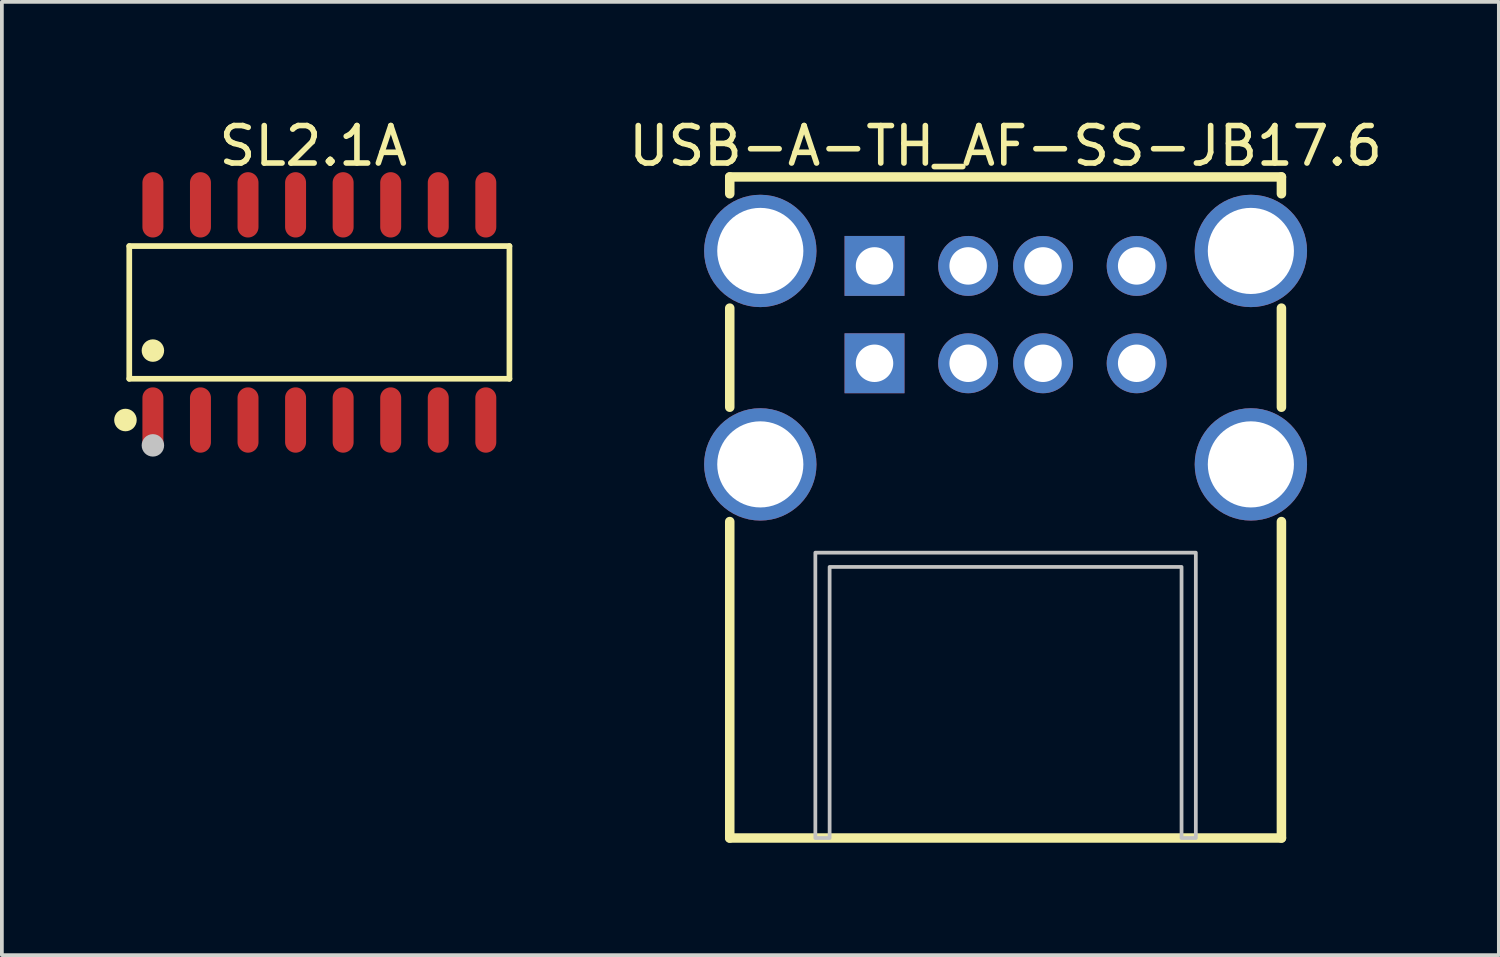
<source format=kicad_pcb>
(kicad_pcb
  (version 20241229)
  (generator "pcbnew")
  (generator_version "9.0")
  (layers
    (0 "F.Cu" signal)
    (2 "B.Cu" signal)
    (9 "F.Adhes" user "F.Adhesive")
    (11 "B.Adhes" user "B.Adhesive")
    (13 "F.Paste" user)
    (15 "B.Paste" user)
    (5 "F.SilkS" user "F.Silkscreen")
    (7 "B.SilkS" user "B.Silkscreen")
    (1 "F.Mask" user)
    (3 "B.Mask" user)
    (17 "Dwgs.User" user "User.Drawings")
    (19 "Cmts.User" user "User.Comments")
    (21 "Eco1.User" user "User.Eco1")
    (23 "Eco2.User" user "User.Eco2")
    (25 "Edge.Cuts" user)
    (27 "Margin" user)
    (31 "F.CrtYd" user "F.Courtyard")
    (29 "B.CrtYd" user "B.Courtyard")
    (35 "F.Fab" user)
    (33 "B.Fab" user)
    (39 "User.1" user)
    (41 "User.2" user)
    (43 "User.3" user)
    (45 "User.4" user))
  (footprint "SL2.1A"
    (layer "F.Cu")
    (at 5.478 5.293)
    (property "Reference" "SL2.1A" (at -0.163 -4.445 0) (layer "F.SilkS") (effects (font (size 1 1) (thickness 0.15))))
    (fp_line (start -5.076 -1.772) (end 5.076 -1.772) (stroke (width 0.152) (type default)) (layer "F.SilkS"))
    (fp_line (start -5.076 1.772) (end -5.076 -1.772) (stroke (width 0.152) (type default)) (layer "F.SilkS"))
    (fp_line (start 5.076 -1.772) (end 5.076 1.772) (stroke (width 0.152) (type default)) (layer "F.SilkS"))
    (fp_line (start 5.076 1.772) (end -5.076 1.772) (stroke (width 0.152) (type default)) (layer "F.SilkS"))
    (fp_circle (center -5.178 2.873) (end -5.027 2.873) (stroke (width 0.3) (type default)) (fill no) (layer "F.SilkS"))
    (fp_circle (center -4.445 1.019) (end -4.295 1.019) (stroke (width 0.3) (type default)) (fill no) (layer "F.SilkS"))
    (fp_circle (center -4.445 3.55) (end -4.295 3.55) (stroke (width 0.3) (type default)) (fill no) (layer "Dwgs.User"))
    (fp_poly (pts (xy -4.65 -2.165) (xy -4.65 -3) (xy -4.24 -3) (xy -4.24 -2.165)) (stroke (width 0.1) (type default)) (fill no) (layer "User.1"))
    (fp_poly (pts (xy -4.65 -1.94) (xy -4.65 -2.175) (xy -4.24 -2.175) (xy -4.24 -1.94)) (stroke (width 0.1) (type default)) (fill no) (layer "User.1"))
    (fp_poly (pts (xy -4.65 2.175) (xy -4.65 1.94) (xy -4.24 1.94) (xy -4.24 2.175)) (stroke (width 0.1) (type default)) (fill no) (layer "User.1"))
    (fp_poly (pts (xy -4.65 3) (xy -4.65 2.165) (xy -4.24 2.165) (xy -4.24 3)) (stroke (width 0.1) (type default)) (fill no) (layer "User.1"))
    (fp_poly (pts (xy -3.38 -2.165) (xy -3.38 -3) (xy -2.97 -3) (xy -2.97 -2.165)) (stroke (width 0.1) (type default)) (fill no) (layer "User.1"))
    (fp_poly (pts (xy -3.38 -1.94) (xy -3.38 -2.175) (xy -2.97 -2.175) (xy -2.97 -1.94)) (stroke (width 0.1) (type default)) (fill no) (layer "User.1"))
    (fp_poly (pts (xy -3.38 2.175) (xy -3.38 1.94) (xy -2.97 1.94) (xy -2.97 2.175)) (stroke (width 0.1) (type default)) (fill no) (layer "User.1"))
    (fp_poly (pts (xy -3.38 3) (xy -3.38 2.165) (xy -2.97 2.165) (xy -2.97 3)) (stroke (width 0.1) (type default)) (fill no) (layer "User.1"))
    (fp_poly (pts (xy -2.11 -2.165) (xy -2.11 -3) (xy -1.7 -3) (xy -1.7 -2.165)) (stroke (width 0.1) (type default)) (fill no) (layer "User.1"))
    (fp_poly (pts (xy -2.11 -1.94) (xy -2.11 -2.175) (xy -1.7 -2.175) (xy -1.7 -1.94)) (stroke (width 0.1) (type default)) (fill no) (layer "User.1"))
    (fp_poly (pts (xy -2.11 2.175) (xy -2.11 1.94) (xy -1.7 1.94) (xy -1.7 2.175)) (stroke (width 0.1) (type default)) (fill no) (layer "User.1"))
    (fp_poly (pts (xy -2.11 3) (xy -2.11 2.165) (xy -1.7 2.165) (xy -1.7 3)) (stroke (width 0.1) (type default)) (fill no) (layer "User.1"))
    (fp_poly (pts (xy -0.84 -2.165) (xy -0.84 -3) (xy -0.43 -3) (xy -0.43 -2.165)) (stroke (width 0.1) (type default)) (fill no) (layer "User.1"))
    (fp_poly (pts (xy -0.84 -1.94) (xy -0.84 -2.175) (xy -0.43 -2.175) (xy -0.43 -1.94)) (stroke (width 0.1) (type default)) (fill no) (layer "User.1"))
    (fp_poly (pts (xy -0.84 2.175) (xy -0.84 1.94) (xy -0.43 1.94) (xy -0.43 2.175)) (stroke (width 0.1) (type default)) (fill no) (layer "User.1"))
    (fp_poly (pts (xy -0.84 3) (xy -0.84 2.165) (xy -0.43 2.165) (xy -0.43 3)) (stroke (width 0.1) (type default)) (fill no) (layer "User.1"))
    (fp_poly (pts (xy 0.43 -2.165) (xy 0.43 -3) (xy 0.84 -3) (xy 0.84 -2.165)) (stroke (width 0.1) (type default)) (fill no) (layer "User.1"))
    (fp_poly (pts (xy 0.43 -1.94) (xy 0.43 -2.175) (xy 0.84 -2.175) (xy 0.84 -1.94)) (stroke (width 0.1) (type default)) (fill no) (layer "User.1"))
    (fp_poly (pts (xy 0.43 2.175) (xy 0.43 1.94) (xy 0.84 1.94) (xy 0.84 2.175)) (stroke (width 0.1) (type default)) (fill no) (layer "User.1"))
    (fp_poly (pts (xy 0.43 3) (xy 0.43 2.165) (xy 0.84 2.165) (xy 0.84 3)) (stroke (width 0.1) (type default)) (fill no) (layer "User.1"))
    (fp_poly (pts (xy 1.7 -2.165) (xy 1.7 -3) (xy 2.11 -3) (xy 2.11 -2.165)) (stroke (width 0.1) (type default)) (fill no) (layer "User.1"))
    (fp_poly (pts (xy 1.7 -1.94) (xy 1.7 -2.175) (xy 2.11 -2.175) (xy 2.11 -1.94)) (stroke (width 0.1) (type default)) (fill no) (layer "User.1"))
    (fp_poly (pts (xy 1.7 2.175) (xy 1.7 1.94) (xy 2.11 1.94) (xy 2.11 2.175)) (stroke (width 0.1) (type default)) (fill no) (layer "User.1"))
    (fp_poly (pts (xy 1.7 3) (xy 1.7 2.165) (xy 2.11 2.165) (xy 2.11 3)) (stroke (width 0.1) (type default)) (fill no) (layer "User.1"))
    (fp_poly (pts (xy 2.97 -2.165) (xy 2.97 -3) (xy 3.38 -3) (xy 3.38 -2.165)) (stroke (width 0.1) (type default)) (fill no) (layer "User.1"))
    (fp_poly (pts (xy 2.97 -1.94) (xy 2.97 -2.175) (xy 3.38 -2.175) (xy 3.38 -1.94)) (stroke (width 0.1) (type default)) (fill no) (layer "User.1"))
    (fp_poly (pts (xy 2.97 2.175) (xy 2.97 1.94) (xy 3.38 1.94) (xy 3.38 2.175)) (stroke (width 0.1) (type default)) (fill no) (layer "User.1"))
    (fp_poly (pts (xy 2.97 3) (xy 2.97 2.165) (xy 3.38 2.165) (xy 3.38 3)) (stroke (width 0.1) (type default)) (fill no) (layer "User.1"))
    (fp_poly (pts (xy 4.24 -2.165) (xy 4.24 -3) (xy 4.65 -3) (xy 4.65 -2.165)) (stroke (width 0.1) (type default)) (fill no) (layer "User.1"))
    (fp_poly (pts (xy 4.24 -1.94) (xy 4.24 -2.175) (xy 4.65 -2.175) (xy 4.65 -1.94)) (stroke (width 0.1) (type default)) (fill no) (layer "User.1"))
    (fp_poly (pts (xy 4.24 2.175) (xy 4.24 1.94) (xy 4.65 1.94) (xy 4.65 2.175)) (stroke (width 0.1) (type default)) (fill no) (layer "User.1"))
    (fp_poly (pts (xy 4.24 3) (xy 4.24 2.165) (xy 4.65 2.165) (xy 4.65 3)) (stroke (width 0.1) (type default)) (fill no) (layer "User.1"))
    (fp_line (start -4.95 -1.95) (end 4.95 -1.95) (stroke (width 0.051) (type default)) (layer "User.2"))
    (fp_line (start -4.95 1.95) (end -4.95 -1.95) (stroke (width 0.051) (type default)) (layer "User.2"))
    (fp_line (start 4.95 -1.95) (end 4.95 1.95) (stroke (width 0.051) (type default)) (layer "User.2"))
    (fp_line (start 4.95 1.95) (end -4.95 1.95) (stroke (width 0.051) (type default)) (layer "User.2"))
    (fp_poly (pts (xy -4.945 3.127) (xy -4.977 3.095) (xy -5.023 3.095) (xy -5.055 3.127) (xy -5.055 3.173) (xy -5.023 3.205) (xy -4.977 3.205) (xy -4.945 3.173)) (stroke (width 0.1) (type default)) (fill no) (layer "User.3"))
    (pad "1" smd oval (at -4.445 2.873) (size 0.56 1.745) (layers "F.Cu" "F.Mask" "F.Paste"))
    (pad "2" smd oval (at -3.175 2.873) (size 0.56 1.745) (layers "F.Cu" "F.Mask" "F.Paste"))
    (pad "3" smd oval (at -1.905 2.873) (size 0.56 1.745) (layers "F.Cu" "F.Mask" "F.Paste"))
    (pad "4" smd oval (at -0.635 2.873) (size 0.56 1.745) (layers "F.Cu" "F.Mask" "F.Paste"))
    (pad "5" smd oval (at 0.635 2.873) (size 0.56 1.745) (layers "F.Cu" "F.Mask" "F.Paste"))
    (pad "6" smd oval (at 1.905 2.873) (size 0.56 1.745) (layers "F.Cu" "F.Mask" "F.Paste"))
    (pad "7" smd oval (at 3.175 2.873) (size 0.56 1.745) (layers "F.Cu" "F.Mask" "F.Paste"))
    (pad "8" smd oval (at 4.445 2.873) (size 0.56 1.745) (layers "F.Cu" "F.Mask" "F.Paste"))
    (pad "9" smd oval (at 4.445 -2.873) (size 0.56 1.745) (layers "F.Cu" "F.Mask" "F.Paste"))
    (pad "10" smd oval (at 3.175 -2.873) (size 0.56 1.745) (layers "F.Cu" "F.Mask" "F.Paste"))
    (pad "11" smd oval (at 1.905 -2.873) (size 0.56 1.745) (layers "F.Cu" "F.Mask" "F.Paste"))
    (pad "12" smd oval (at 0.635 -2.873) (size 0.56 1.745) (layers "F.Cu" "F.Mask" "F.Paste"))
    (pad "13" smd oval (at -0.635 -2.873) (size 0.56 1.745) (layers "F.Cu" "F.Mask" "F.Paste"))
    (pad "14" smd oval (at -1.905 -2.873) (size 0.56 1.745) (layers "F.Cu" "F.Mask" "F.Paste"))
    (pad "15" smd oval (at -3.175 -2.873) (size 0.56 1.745) (layers "F.Cu" "F.Mask" "F.Paste"))
    (pad "16" smd oval (at -4.445 -2.873) (size 0.56 1.745) (layers "F.Cu" "F.Mask" "F.Paste")))
  (footprint "USB-A-TH_AF-SS-JB17.6"
    (layer "F.Cu")
    (at 23.803 6.501)
    (property "Reference" "USB-A-TH_AF-SS-JB17.6" (at 0 -5.653 0) (layer "F.SilkS") (effects (font (size 1 1) (thickness 0.15))))
    (fp_line (start -7.366 -4.826) (end 7.366 -4.826) (stroke (width 0.254) (type default)) (layer "F.SilkS"))
    (fp_line (start -7.366 -4.377) (end -7.366 -4.826) (stroke (width 0.254) (type default)) (layer "F.SilkS"))
    (fp_line (start -7.366 1.323) (end -7.366 -1.323) (stroke (width 0.254) (type default)) (layer "F.SilkS"))
    (fp_line (start -7.366 12.827) (end -7.366 4.377) (stroke (width 0.254) (type default)) (layer "F.SilkS"))
    (fp_line (start 7.366 -4.826) (end 7.366 -4.377) (stroke (width 0.254) (type default)) (layer "F.SilkS"))
    (fp_line (start 7.366 -1.323) (end 7.366 1.323) (stroke (width 0.254) (type default)) (layer "F.SilkS"))
    (fp_line (start 7.366 4.377) (end 7.366 12.827) (stroke (width 0.254) (type default)) (layer "F.SilkS"))
    (fp_line (start 7.366 12.827) (end -7.366 12.827) (stroke (width 0.254) (type default)) (layer "F.SilkS"))
    (fp_poly (pts (xy -5.08 12.827) (xy -5.08 5.207) (xy 5.08 5.207) (xy 5.08 12.827) (xy 4.699 12.827) (xy 4.699 5.588) (xy -4.699 5.588) (xy -4.699 12.827)) (stroke (width 0.1) (type default)) (fill no) (layer "Dwgs.User"))
    (fp_poly (pts (xy -6.7 -3.85) (xy -6.4 -3.85) (xy -6.4 -1.85) (xy -6.7 -1.85)) (stroke (width 0.1) (type default)) (fill no) (layer "User.1"))
    (fp_poly (pts (xy -6.7 1.85) (xy -6.4 1.85) (xy -6.4 3.85) (xy -6.7 3.85)) (stroke (width 0.1) (type default)) (fill no) (layer "User.1"))
    (fp_poly (pts (xy -3.8 -2.6) (xy -3.2 -2.6) (xy -3.2 -2.3) (xy -3.8 -2.3)) (stroke (width 0.1) (type default)) (fill no) (layer "User.1"))
    (fp_poly (pts (xy -3.8 0) (xy -3.2 0) (xy -3.2 0.3) (xy -3.8 0.3)) (stroke (width 0.1) (type default)) (fill no) (layer "User.1"))
    (fp_poly (pts (xy -1.3 -2.6) (xy -0.7 -2.6) (xy -0.7 -2.3) (xy -1.3 -2.3)) (stroke (width 0.1) (type default)) (fill no) (layer "User.1"))
    (fp_poly (pts (xy -1.3 0) (xy -0.7 0) (xy -0.7 0.3) (xy -1.3 0.3)) (stroke (width 0.1) (type default)) (fill no) (layer "User.1"))
    (fp_poly (pts (xy 0.7 -2.6) (xy 1.3 -2.6) (xy 1.3 -2.3) (xy 0.7 -2.3)) (stroke (width 0.1) (type default)) (fill no) (layer "User.1"))
    (fp_poly (pts (xy 0.7 0) (xy 1.3 0) (xy 1.3 0.3) (xy 0.7 0.3)) (stroke (width 0.1) (type default)) (fill no) (layer "User.1"))
    (fp_poly (pts (xy 3.2 -2.6) (xy 3.8 -2.6) (xy 3.8 -2.3) (xy 3.2 -2.3)) (stroke (width 0.1) (type default)) (fill no) (layer "User.1"))
    (fp_poly (pts (xy 3.2 0) (xy 3.8 0) (xy 3.8 0.3) (xy 3.2 0.3)) (stroke (width 0.1) (type default)) (fill no) (layer "User.1"))
    (fp_poly (pts (xy 6.4 -3.85) (xy 6.7 -3.85) (xy 6.7 -1.85) (xy 6.4 -1.85)) (stroke (width 0.1) (type default)) (fill no) (layer "User.1"))
    (fp_poly (pts (xy 6.4 1.85) (xy 6.7 1.85) (xy 6.7 3.85) (xy 6.4 3.85)) (stroke (width 0.1) (type default)) (fill no) (layer "User.1"))
    (fp_line (start -7.35 -4.75) (end 7.35 -4.75) (stroke (width 0.051) (type default)) (layer "User.2"))
    (fp_line (start -7.35 12.85) (end -7.35 -4.75) (stroke (width 0.051) (type default)) (layer "User.2"))
    (fp_line (start 7.35 -4.75) (end 7.35 12.85) (stroke (width 0.051) (type default)) (layer "User.2"))
    (fp_line (start 7.35 12.85) (end -7.35 12.85) (stroke (width 0.051) (type default)) (layer "User.2"))
    (fp_poly (pts (xy -7.295 -4.773) (xy -7.327 -4.805) (xy -7.373 -4.805) (xy -7.405 -4.773) (xy -7.405 -4.727) (xy -7.373 -4.695) (xy -7.327 -4.695) (xy -7.295 -4.727)) (stroke (width 0.1) (type default)) (fill no) (layer "User.3"))
    (pad "1" thru_hole rect (at -3.5 -2.45) (size 1.6 1.6) (drill 1) (layers "*.Cu" "*.Mask"))
    (pad "2" thru_hole circle (at -1 -2.45) (size 1.6 1.6) (drill 1) (layers "*.Cu" "*.Mask"))
    (pad "3" thru_hole circle (at 1 -2.45) (size 1.6 1.6) (drill 1) (layers "*.Cu" "*.Mask"))
    (pad "4" thru_hole circle (at 3.5 -2.45) (size 1.6 1.6) (drill 1) (layers "*.Cu" "*.Mask"))
    (pad "5" thru_hole rect (at -3.5 0.15) (size 1.6 1.6) (drill 1) (layers "*.Cu" "*.Mask"))
    (pad "6" thru_hole circle (at -1 0.15) (size 1.6 1.6) (drill 1) (layers "*.Cu" "*.Mask"))
    (pad "7" thru_hole circle (at 1 0.15) (size 1.6 1.6) (drill 1) (layers "*.Cu" "*.Mask"))
    (pad "8" thru_hole circle (at 3.5 0.15) (size 1.6 1.6) (drill 1) (layers "*.Cu" "*.Mask"))
    (pad "9" thru_hole circle (at -6.55 -2.85) (size 3 3) (drill 2.3) (layers "*.Cu" "*.Mask"))
    (pad "10" thru_hole circle (at 6.55 -2.85) (size 3 3) (drill 2.3) (layers "*.Cu" "*.Mask"))
    (pad "11" thru_hole circle (at -6.55 2.85) (size 3 3) (drill 2.3) (layers "*.Cu" "*.Mask"))
    (pad "12" thru_hole circle (at 6.55 2.85) (size 3 3) (drill 2.3) (layers "*.Cu" "*.Mask")))
  (gr_rect
    (start -3 -3)
    (end 36.975 22.455)
    (stroke (width 0.1) (type default))
    (fill no)
    (layer "Edge.Cuts")))
</source>
